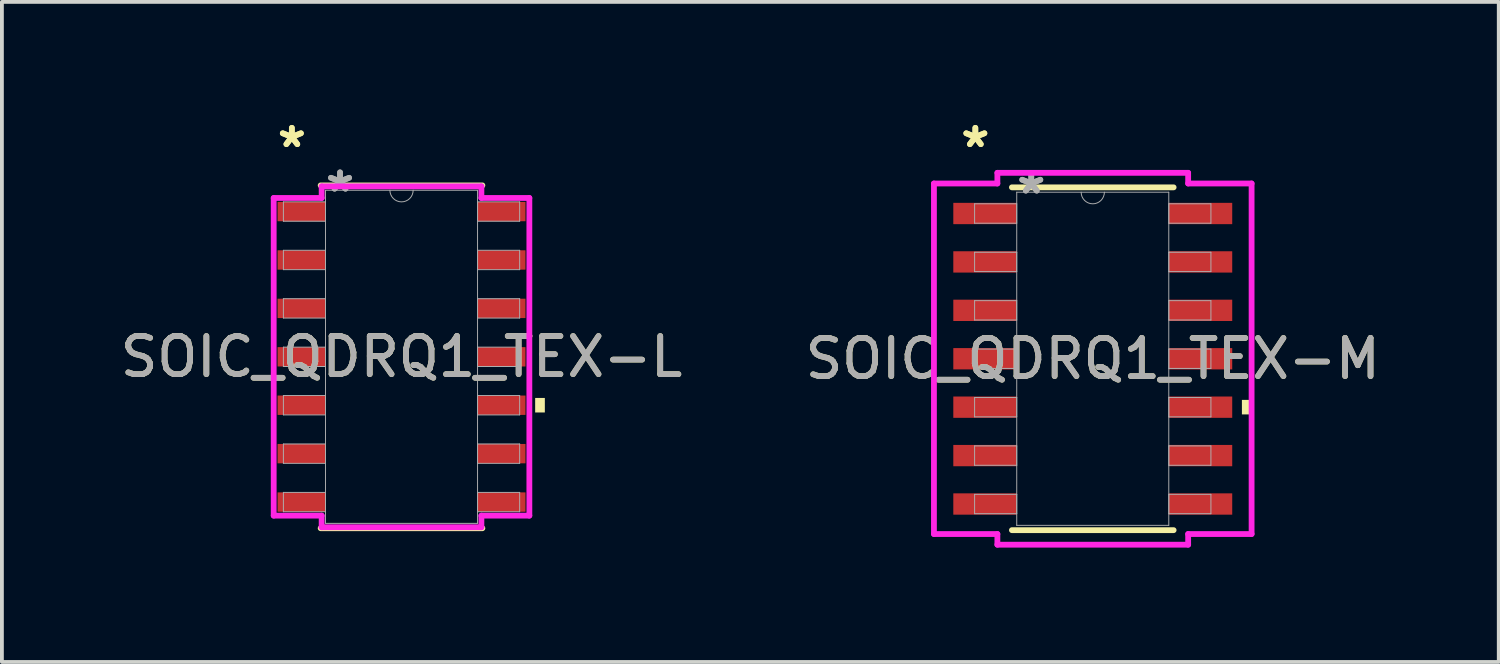
<source format=kicad_pcb>
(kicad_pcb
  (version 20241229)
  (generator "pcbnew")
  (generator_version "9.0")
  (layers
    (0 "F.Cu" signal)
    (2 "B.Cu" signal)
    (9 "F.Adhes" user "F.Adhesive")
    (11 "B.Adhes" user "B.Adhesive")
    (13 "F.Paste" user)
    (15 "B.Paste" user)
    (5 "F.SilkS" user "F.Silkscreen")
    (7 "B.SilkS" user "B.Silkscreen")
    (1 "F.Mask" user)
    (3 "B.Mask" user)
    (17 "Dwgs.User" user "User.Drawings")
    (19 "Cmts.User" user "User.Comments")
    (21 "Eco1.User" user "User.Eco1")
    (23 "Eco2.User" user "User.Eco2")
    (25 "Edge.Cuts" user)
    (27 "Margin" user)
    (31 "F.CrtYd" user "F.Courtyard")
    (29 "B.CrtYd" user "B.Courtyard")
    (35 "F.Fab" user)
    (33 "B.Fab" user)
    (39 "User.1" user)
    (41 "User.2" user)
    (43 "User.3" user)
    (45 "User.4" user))
  (footprint "SOIC_QDRQ1_TEX-L"
    (layer "F.Cu")
    (at 7.482 6.309)
    (property "Reference" "SOIC_QDRQ1_TEX-L" (at 0 0 0) (unlocked yes) (layer "F.SilkS") (effects (font (size 1 1) (thickness 0.15))))
    (attr smd)
    (fp_line (start -2.121 4.496) (end 2.121 4.496) (stroke (width 0.152) (type solid)) (layer "F.SilkS"))
    (fp_line (start 2.121 -4.496) (end -2.121 -4.496) (stroke (width 0.152) (type solid)) (layer "F.SilkS"))
    (fp_poly (pts (xy 3.759 1.079) (xy 3.759 1.46) (xy 3.505 1.46) (xy 3.505 1.079)) (stroke (width 0) (type solid)) (fill yes) (layer "F.SilkS"))
    (fp_line (start -3.353 -4.166) (end -2.095 -4.166) (stroke (width 0.152) (type solid)) (layer "F.CrtYd"))
    (fp_line (start -3.353 4.166) (end -3.353 -4.166) (stroke (width 0.152) (type solid)) (layer "F.CrtYd"))
    (fp_line (start -3.353 4.166) (end -2.095 4.166) (stroke (width 0.152) (type solid)) (layer "F.CrtYd"))
    (fp_line (start -2.095 -4.47) (end 2.095 -4.47) (stroke (width 0.152) (type solid)) (layer "F.CrtYd"))
    (fp_line (start -2.095 -4.166) (end -2.095 -4.47) (stroke (width 0.152) (type solid)) (layer "F.CrtYd"))
    (fp_line (start -2.095 4.47) (end -2.095 4.166) (stroke (width 0.152) (type solid)) (layer "F.CrtYd"))
    (fp_line (start 2.095 -4.47) (end 2.095 -4.166) (stroke (width 0.152) (type solid)) (layer "F.CrtYd"))
    (fp_line (start 2.095 4.166) (end 2.095 4.47) (stroke (width 0.152) (type solid)) (layer "F.CrtYd"))
    (fp_line (start 2.095 4.47) (end -2.095 4.47) (stroke (width 0.152) (type solid)) (layer "F.CrtYd"))
    (fp_line (start 3.353 -4.166) (end 2.095 -4.166) (stroke (width 0.152) (type solid)) (layer "F.CrtYd"))
    (fp_line (start 3.353 -4.166) (end 3.353 4.166) (stroke (width 0.152) (type solid)) (layer "F.CrtYd"))
    (fp_line (start 3.353 4.166) (end 2.095 4.166) (stroke (width 0.152) (type solid)) (layer "F.CrtYd"))
    (fp_line (start -3.099 -4.064) (end -3.099 -3.556) (stroke (width 0.025) (type solid)) (layer "F.Fab"))
    (fp_line (start -3.099 -3.556) (end -1.994 -3.556) (stroke (width 0.025) (type solid)) (layer "F.Fab"))
    (fp_line (start -3.099 -2.794) (end -3.099 -2.286) (stroke (width 0.025) (type solid)) (layer "F.Fab"))
    (fp_line (start -3.099 -2.286) (end -1.994 -2.286) (stroke (width 0.025) (type solid)) (layer "F.Fab"))
    (fp_line (start -3.099 -1.524) (end -3.099 -1.016) (stroke (width 0.025) (type solid)) (layer "F.Fab"))
    (fp_line (start -3.099 -1.016) (end -1.994 -1.016) (stroke (width 0.025) (type solid)) (layer "F.Fab"))
    (fp_line (start -3.099 -0.254) (end -3.099 0.254) (stroke (width 0.025) (type solid)) (layer "F.Fab"))
    (fp_line (start -3.099 0.254) (end -1.994 0.254) (stroke (width 0.025) (type solid)) (layer "F.Fab"))
    (fp_line (start -3.099 1.016) (end -3.099 1.524) (stroke (width 0.025) (type solid)) (layer "F.Fab"))
    (fp_line (start -3.099 1.524) (end -1.994 1.524) (stroke (width 0.025) (type solid)) (layer "F.Fab"))
    (fp_line (start -3.099 2.286) (end -3.099 2.794) (stroke (width 0.025) (type solid)) (layer "F.Fab"))
    (fp_line (start -3.099 2.794) (end -1.994 2.794) (stroke (width 0.025) (type solid)) (layer "F.Fab"))
    (fp_line (start -3.099 3.556) (end -3.099 4.064) (stroke (width 0.025) (type solid)) (layer "F.Fab"))
    (fp_line (start -3.099 4.064) (end -1.994 4.064) (stroke (width 0.025) (type solid)) (layer "F.Fab"))
    (fp_line (start -1.994 -4.369) (end -1.994 4.369) (stroke (width 0.025) (type solid)) (layer "F.Fab"))
    (fp_line (start -1.994 -4.064) (end -3.099 -4.064) (stroke (width 0.025) (type solid)) (layer "F.Fab"))
    (fp_line (start -1.994 -3.556) (end -1.994 -4.064) (stroke (width 0.025) (type solid)) (layer "F.Fab"))
    (fp_line (start -1.994 -2.794) (end -3.099 -2.794) (stroke (width 0.025) (type solid)) (layer "F.Fab"))
    (fp_line (start -1.994 -2.286) (end -1.994 -2.794) (stroke (width 0.025) (type solid)) (layer "F.Fab"))
    (fp_line (start -1.994 -1.524) (end -3.099 -1.524) (stroke (width 0.025) (type solid)) (layer "F.Fab"))
    (fp_line (start -1.994 -1.016) (end -1.994 -1.524) (stroke (width 0.025) (type solid)) (layer "F.Fab"))
    (fp_line (start -1.994 -0.254) (end -3.099 -0.254) (stroke (width 0.025) (type solid)) (layer "F.Fab"))
    (fp_line (start -1.994 0.254) (end -1.994 -0.254) (stroke (width 0.025) (type solid)) (layer "F.Fab"))
    (fp_line (start -1.994 1.016) (end -3.099 1.016) (stroke (width 0.025) (type solid)) (layer "F.Fab"))
    (fp_line (start -1.994 1.524) (end -1.994 1.016) (stroke (width 0.025) (type solid)) (layer "F.Fab"))
    (fp_line (start -1.994 2.286) (end -3.099 2.286) (stroke (width 0.025) (type solid)) (layer "F.Fab"))
    (fp_line (start -1.994 2.794) (end -1.994 2.286) (stroke (width 0.025) (type solid)) (layer "F.Fab"))
    (fp_line (start -1.994 3.556) (end -3.099 3.556) (stroke (width 0.025) (type solid)) (layer "F.Fab"))
    (fp_line (start -1.994 4.064) (end -1.994 3.556) (stroke (width 0.025) (type solid)) (layer "F.Fab"))
    (fp_line (start -1.994 4.369) (end 1.994 4.369) (stroke (width 0.025) (type solid)) (layer "F.Fab"))
    (fp_line (start 1.994 -4.369) (end -1.994 -4.369) (stroke (width 0.025) (type solid)) (layer "F.Fab"))
    (fp_line (start 1.994 -4.064) (end 1.994 -3.556) (stroke (width 0.025) (type solid)) (layer "F.Fab"))
    (fp_line (start 1.994 -3.556) (end 3.099 -3.556) (stroke (width 0.025) (type solid)) (layer "F.Fab"))
    (fp_line (start 1.994 -2.794) (end 1.994 -2.286) (stroke (width 0.025) (type solid)) (layer "F.Fab"))
    (fp_line (start 1.994 -2.286) (end 3.099 -2.286) (stroke (width 0.025) (type solid)) (layer "F.Fab"))
    (fp_line (start 1.994 -1.524) (end 1.994 -1.016) (stroke (width 0.025) (type solid)) (layer "F.Fab"))
    (fp_line (start 1.994 -1.016) (end 3.099 -1.016) (stroke (width 0.025) (type solid)) (layer "F.Fab"))
    (fp_line (start 1.994 -0.254) (end 1.994 0.254) (stroke (width 0.025) (type solid)) (layer "F.Fab"))
    (fp_line (start 1.994 0.254) (end 3.099 0.254) (stroke (width 0.025) (type solid)) (layer "F.Fab"))
    (fp_line (start 1.994 1.016) (end 1.994 1.524) (stroke (width 0.025) (type solid)) (layer "F.Fab"))
    (fp_line (start 1.994 1.524) (end 3.099 1.524) (stroke (width 0.025) (type solid)) (layer "F.Fab"))
    (fp_line (start 1.994 2.286) (end 1.994 2.794) (stroke (width 0.025) (type solid)) (layer "F.Fab"))
    (fp_line (start 1.994 2.794) (end 3.099 2.794) (stroke (width 0.025) (type solid)) (layer "F.Fab"))
    (fp_line (start 1.994 3.556) (end 1.994 4.064) (stroke (width 0.025) (type solid)) (layer "F.Fab"))
    (fp_line (start 1.994 4.064) (end 3.099 4.064) (stroke (width 0.025) (type solid)) (layer "F.Fab"))
    (fp_line (start 1.994 4.369) (end 1.994 -4.369) (stroke (width 0.025) (type solid)) (layer "F.Fab"))
    (fp_line (start 3.099 -4.064) (end 1.994 -4.064) (stroke (width 0.025) (type solid)) (layer "F.Fab"))
    (fp_line (start 3.099 -3.556) (end 3.099 -4.064) (stroke (width 0.025) (type solid)) (layer "F.Fab"))
    (fp_line (start 3.099 -2.794) (end 1.994 -2.794) (stroke (width 0.025) (type solid)) (layer "F.Fab"))
    (fp_line (start 3.099 -2.286) (end 3.099 -2.794) (stroke (width 0.025) (type solid)) (layer "F.Fab"))
    (fp_line (start 3.099 -1.524) (end 1.994 -1.524) (stroke (width 0.025) (type solid)) (layer "F.Fab"))
    (fp_line (start 3.099 -1.016) (end 3.099 -1.524) (stroke (width 0.025) (type solid)) (layer "F.Fab"))
    (fp_line (start 3.099 -0.254) (end 1.994 -0.254) (stroke (width 0.025) (type solid)) (layer "F.Fab"))
    (fp_line (start 3.099 0.254) (end 3.099 -0.254) (stroke (width 0.025) (type solid)) (layer "F.Fab"))
    (fp_line (start 3.099 1.016) (end 1.994 1.016) (stroke (width 0.025) (type solid)) (layer "F.Fab"))
    (fp_line (start 3.099 1.524) (end 3.099 1.016) (stroke (width 0.025) (type solid)) (layer "F.Fab"))
    (fp_line (start 3.099 2.286) (end 1.994 2.286) (stroke (width 0.025) (type solid)) (layer "F.Fab"))
    (fp_line (start 3.099 2.794) (end 3.099 2.286) (stroke (width 0.025) (type solid)) (layer "F.Fab"))
    (fp_line (start 3.099 3.556) (end 1.994 3.556) (stroke (width 0.025) (type solid)) (layer "F.Fab"))
    (fp_line (start 3.099 4.064) (end 3.099 3.556) (stroke (width 0.025) (type solid)) (layer "F.Fab"))
    (fp_arc (start 0.3048 -4.3688) (mid 0 -4.064) (end -0.3048 -4.3688) (stroke (width 0.0254) (type solid)) (layer "F.Fab"))
    (fp_text user "*" (at -2.877 -5.461 0) (layer "F.SilkS") (effects (font (size 1 1) (thickness 0.15))))
    (fp_text user "*" (at -2.877 -5.461 0) (unlocked yes) (layer "F.SilkS") (effects (font (size 1 1) (thickness 0.15))))
    (fp_text user "*" (at -1.613 -4.293 0) (unlocked yes) (layer "F.Fab") (effects (font (size 1 1) (thickness 0.15))))
    (fp_text user "${REFERENCE}" (at 0 0 0) (unlocked yes) (layer "F.Fab") (effects (font (size 1 1) (thickness 0.15))))
    (fp_text user "*" (at -1.613 -4.293 0) (layer "F.Fab") (effects (font (size 1 1) (thickness 0.15))))
    (pad "1" smd rect (at -2.623 -3.81) (size 1.257 0.508) (layers "F.Cu" "F.Mask" "F.Paste"))
    (pad "2" smd rect (at -2.623 -2.54) (size 1.257 0.508) (layers "F.Cu" "F.Mask" "F.Paste"))
    (pad "3" smd rect (at -2.623 -1.27) (size 1.257 0.508) (layers "F.Cu" "F.Mask" "F.Paste"))
    (pad "4" smd rect (at -2.623 0) (size 1.257 0.508) (layers "F.Cu" "F.Mask" "F.Paste"))
    (pad "5" smd rect (at -2.623 1.27) (size 1.257 0.508) (layers "F.Cu" "F.Mask" "F.Paste"))
    (pad "6" smd rect (at -2.623 2.54) (size 1.257 0.508) (layers "F.Cu" "F.Mask" "F.Paste"))
    (pad "7" smd rect (at -2.623 3.81) (size 1.257 0.508) (layers "F.Cu" "F.Mask" "F.Paste"))
    (pad "8" smd rect (at 2.623 3.81) (size 1.257 0.508) (layers "F.Cu" "F.Mask" "F.Paste"))
    (pad "9" smd rect (at 2.623 2.54) (size 1.257 0.508) (layers "F.Cu" "F.Mask" "F.Paste"))
    (pad "10" smd rect (at 2.623 1.27) (size 1.257 0.508) (layers "F.Cu" "F.Mask" "F.Paste"))
    (pad "11" smd rect (at 2.623 0) (size 1.257 0.508) (layers "F.Cu" "F.Mask" "F.Paste"))
    (pad "12" smd rect (at 2.623 -1.27) (size 1.257 0.508) (layers "F.Cu" "F.Mask" "F.Paste"))
    (pad "13" smd rect (at 2.623 -2.54) (size 1.257 0.508) (layers "F.Cu" "F.Mask" "F.Paste"))
    (pad "14" smd rect (at 2.623 -3.81) (size 1.257 0.508) (layers "F.Cu" "F.Mask" "F.Paste")))
  (footprint "SOIC_QDRQ1_TEX-M"
    (layer "F.Cu")
    (at 25.613 6.36)
    (property "Reference" "SOIC_QDRQ1_TEX-M" (at 0 0 0) (unlocked yes) (layer "F.SilkS") (effects (font (size 1 1) (thickness 0.15))))
    (attr smd)
    (fp_line (start -2.121 4.496) (end 2.121 4.496) (stroke (width 0.152) (type solid)) (layer "F.SilkS"))
    (fp_line (start 2.121 -4.496) (end -2.121 -4.496) (stroke (width 0.152) (type solid)) (layer "F.SilkS"))
    (fp_poly (pts (xy 4.166 1.079) (xy 4.166 1.46) (xy 3.912 1.46) (xy 3.912 1.079)) (stroke (width 0) (type solid)) (fill yes) (layer "F.SilkS"))
    (fp_line (start -4.166 -4.597) (end -2.502 -4.597) (stroke (width 0.152) (type solid)) (layer "F.CrtYd"))
    (fp_line (start -4.166 4.597) (end -4.166 -4.597) (stroke (width 0.152) (type solid)) (layer "F.CrtYd"))
    (fp_line (start -4.166 4.597) (end -2.502 4.597) (stroke (width 0.152) (type solid)) (layer "F.CrtYd"))
    (fp_line (start -2.502 -4.877) (end 2.502 -4.877) (stroke (width 0.152) (type solid)) (layer "F.CrtYd"))
    (fp_line (start -2.502 -4.597) (end -2.502 -4.877) (stroke (width 0.152) (type solid)) (layer "F.CrtYd"))
    (fp_line (start -2.502 4.877) (end -2.502 4.597) (stroke (width 0.152) (type solid)) (layer "F.CrtYd"))
    (fp_line (start 2.502 -4.877) (end 2.502 -4.597) (stroke (width 0.152) (type solid)) (layer "F.CrtYd"))
    (fp_line (start 2.502 4.597) (end 2.502 4.877) (stroke (width 0.152) (type solid)) (layer "F.CrtYd"))
    (fp_line (start 2.502 4.877) (end -2.502 4.877) (stroke (width 0.152) (type solid)) (layer "F.CrtYd"))
    (fp_line (start 4.166 -4.597) (end 2.502 -4.597) (stroke (width 0.152) (type solid)) (layer "F.CrtYd"))
    (fp_line (start 4.166 -4.597) (end 4.166 4.597) (stroke (width 0.152) (type solid)) (layer "F.CrtYd"))
    (fp_line (start 4.166 4.597) (end 2.502 4.597) (stroke (width 0.152) (type solid)) (layer "F.CrtYd"))
    (fp_line (start -3.099 -4.064) (end -3.099 -3.556) (stroke (width 0.025) (type solid)) (layer "F.Fab"))
    (fp_line (start -3.099 -3.556) (end -1.994 -3.556) (stroke (width 0.025) (type solid)) (layer "F.Fab"))
    (fp_line (start -3.099 -2.794) (end -3.099 -2.286) (stroke (width 0.025) (type solid)) (layer "F.Fab"))
    (fp_line (start -3.099 -2.286) (end -1.994 -2.286) (stroke (width 0.025) (type solid)) (layer "F.Fab"))
    (fp_line (start -3.099 -1.524) (end -3.099 -1.016) (stroke (width 0.025) (type solid)) (layer "F.Fab"))
    (fp_line (start -3.099 -1.016) (end -1.994 -1.016) (stroke (width 0.025) (type solid)) (layer "F.Fab"))
    (fp_line (start -3.099 -0.254) (end -3.099 0.254) (stroke (width 0.025) (type solid)) (layer "F.Fab"))
    (fp_line (start -3.099 0.254) (end -1.994 0.254) (stroke (width 0.025) (type solid)) (layer "F.Fab"))
    (fp_line (start -3.099 1.016) (end -3.099 1.524) (stroke (width 0.025) (type solid)) (layer "F.Fab"))
    (fp_line (start -3.099 1.524) (end -1.994 1.524) (stroke (width 0.025) (type solid)) (layer "F.Fab"))
    (fp_line (start -3.099 2.286) (end -3.099 2.794) (stroke (width 0.025) (type solid)) (layer "F.Fab"))
    (fp_line (start -3.099 2.794) (end -1.994 2.794) (stroke (width 0.025) (type solid)) (layer "F.Fab"))
    (fp_line (start -3.099 3.556) (end -3.099 4.064) (stroke (width 0.025) (type solid)) (layer "F.Fab"))
    (fp_line (start -3.099 4.064) (end -1.994 4.064) (stroke (width 0.025) (type solid)) (layer "F.Fab"))
    (fp_line (start -1.994 -4.369) (end -1.994 4.369) (stroke (width 0.025) (type solid)) (layer "F.Fab"))
    (fp_line (start -1.994 -4.064) (end -3.099 -4.064) (stroke (width 0.025) (type solid)) (layer "F.Fab"))
    (fp_line (start -1.994 -3.556) (end -1.994 -4.064) (stroke (width 0.025) (type solid)) (layer "F.Fab"))
    (fp_line (start -1.994 -2.794) (end -3.099 -2.794) (stroke (width 0.025) (type solid)) (layer "F.Fab"))
    (fp_line (start -1.994 -2.286) (end -1.994 -2.794) (stroke (width 0.025) (type solid)) (layer "F.Fab"))
    (fp_line (start -1.994 -1.524) (end -3.099 -1.524) (stroke (width 0.025) (type solid)) (layer "F.Fab"))
    (fp_line (start -1.994 -1.016) (end -1.994 -1.524) (stroke (width 0.025) (type solid)) (layer "F.Fab"))
    (fp_line (start -1.994 -0.254) (end -3.099 -0.254) (stroke (width 0.025) (type solid)) (layer "F.Fab"))
    (fp_line (start -1.994 0.254) (end -1.994 -0.254) (stroke (width 0.025) (type solid)) (layer "F.Fab"))
    (fp_line (start -1.994 1.016) (end -3.099 1.016) (stroke (width 0.025) (type solid)) (layer "F.Fab"))
    (fp_line (start -1.994 1.524) (end -1.994 1.016) (stroke (width 0.025) (type solid)) (layer "F.Fab"))
    (fp_line (start -1.994 2.286) (end -3.099 2.286) (stroke (width 0.025) (type solid)) (layer "F.Fab"))
    (fp_line (start -1.994 2.794) (end -1.994 2.286) (stroke (width 0.025) (type solid)) (layer "F.Fab"))
    (fp_line (start -1.994 3.556) (end -3.099 3.556) (stroke (width 0.025) (type solid)) (layer "F.Fab"))
    (fp_line (start -1.994 4.064) (end -1.994 3.556) (stroke (width 0.025) (type solid)) (layer "F.Fab"))
    (fp_line (start -1.994 4.369) (end 1.994 4.369) (stroke (width 0.025) (type solid)) (layer "F.Fab"))
    (fp_line (start 1.994 -4.369) (end -1.994 -4.369) (stroke (width 0.025) (type solid)) (layer "F.Fab"))
    (fp_line (start 1.994 -4.064) (end 1.994 -3.556) (stroke (width 0.025) (type solid)) (layer "F.Fab"))
    (fp_line (start 1.994 -3.556) (end 3.099 -3.556) (stroke (width 0.025) (type solid)) (layer "F.Fab"))
    (fp_line (start 1.994 -2.794) (end 1.994 -2.286) (stroke (width 0.025) (type solid)) (layer "F.Fab"))
    (fp_line (start 1.994 -2.286) (end 3.099 -2.286) (stroke (width 0.025) (type solid)) (layer "F.Fab"))
    (fp_line (start 1.994 -1.524) (end 1.994 -1.016) (stroke (width 0.025) (type solid)) (layer "F.Fab"))
    (fp_line (start 1.994 -1.016) (end 3.099 -1.016) (stroke (width 0.025) (type solid)) (layer "F.Fab"))
    (fp_line (start 1.994 -0.254) (end 1.994 0.254) (stroke (width 0.025) (type solid)) (layer "F.Fab"))
    (fp_line (start 1.994 0.254) (end 3.099 0.254) (stroke (width 0.025) (type solid)) (layer "F.Fab"))
    (fp_line (start 1.994 1.016) (end 1.994 1.524) (stroke (width 0.025) (type solid)) (layer "F.Fab"))
    (fp_line (start 1.994 1.524) (end 3.099 1.524) (stroke (width 0.025) (type solid)) (layer "F.Fab"))
    (fp_line (start 1.994 2.286) (end 1.994 2.794) (stroke (width 0.025) (type solid)) (layer "F.Fab"))
    (fp_line (start 1.994 2.794) (end 3.099 2.794) (stroke (width 0.025) (type solid)) (layer "F.Fab"))
    (fp_line (start 1.994 3.556) (end 1.994 4.064) (stroke (width 0.025) (type solid)) (layer "F.Fab"))
    (fp_line (start 1.994 4.064) (end 3.099 4.064) (stroke (width 0.025) (type solid)) (layer "F.Fab"))
    (fp_line (start 1.994 4.369) (end 1.994 -4.369) (stroke (width 0.025) (type solid)) (layer "F.Fab"))
    (fp_line (start 3.099 -4.064) (end 1.994 -4.064) (stroke (width 0.025) (type solid)) (layer "F.Fab"))
    (fp_line (start 3.099 -3.556) (end 3.099 -4.064) (stroke (width 0.025) (type solid)) (layer "F.Fab"))
    (fp_line (start 3.099 -2.794) (end 1.994 -2.794) (stroke (width 0.025) (type solid)) (layer "F.Fab"))
    (fp_line (start 3.099 -2.286) (end 3.099 -2.794) (stroke (width 0.025) (type solid)) (layer "F.Fab"))
    (fp_line (start 3.099 -1.524) (end 1.994 -1.524) (stroke (width 0.025) (type solid)) (layer "F.Fab"))
    (fp_line (start 3.099 -1.016) (end 3.099 -1.524) (stroke (width 0.025) (type solid)) (layer "F.Fab"))
    (fp_line (start 3.099 -0.254) (end 1.994 -0.254) (stroke (width 0.025) (type solid)) (layer "F.Fab"))
    (fp_line (start 3.099 0.254) (end 3.099 -0.254) (stroke (width 0.025) (type solid)) (layer "F.Fab"))
    (fp_line (start 3.099 1.016) (end 1.994 1.016) (stroke (width 0.025) (type solid)) (layer "F.Fab"))
    (fp_line (start 3.099 1.524) (end 3.099 1.016) (stroke (width 0.025) (type solid)) (layer "F.Fab"))
    (fp_line (start 3.099 2.286) (end 1.994 2.286) (stroke (width 0.025) (type solid)) (layer "F.Fab"))
    (fp_line (start 3.099 2.794) (end 3.099 2.286) (stroke (width 0.025) (type solid)) (layer "F.Fab"))
    (fp_line (start 3.099 3.556) (end 1.994 3.556) (stroke (width 0.025) (type solid)) (layer "F.Fab"))
    (fp_line (start 3.099 4.064) (end 3.099 3.556) (stroke (width 0.025) (type solid)) (layer "F.Fab"))
    (fp_arc (start 0.3048 -4.3688) (mid 0 -4.064) (end -0.3048 -4.3688) (stroke (width 0.0254) (type solid)) (layer "F.Fab"))
    (fp_text user "*" (at -3.08 -5.512 0) (layer "F.SilkS") (effects (font (size 1 1) (thickness 0.15))))
    (fp_text user "*" (at -3.08 -5.512 0) (unlocked yes) (layer "F.SilkS") (effects (font (size 1 1) (thickness 0.15))))
    (fp_text user "*" (at -1.613 -4.293 0) (layer "F.Fab") (effects (font (size 1 1) (thickness 0.15))))
    (fp_text user "*" (at -1.613 -4.293 0) (unlocked yes) (layer "F.Fab") (effects (font (size 1 1) (thickness 0.15))))
    (fp_text user "${REFERENCE}" (at 0 0 0) (unlocked yes) (layer "F.Fab") (effects (font (size 1 1) (thickness 0.15))))
    (pad "1" smd rect (at -2.826 -3.81) (size 1.664 0.559) (layers "F.Cu" "F.Mask" "F.Paste"))
    (pad "2" smd rect (at -2.826 -2.54) (size 1.664 0.559) (layers "F.Cu" "F.Mask" "F.Paste"))
    (pad "3" smd rect (at -2.826 -1.27) (size 1.664 0.559) (layers "F.Cu" "F.Mask" "F.Paste"))
    (pad "4" smd rect (at -2.826 0) (size 1.664 0.559) (layers "F.Cu" "F.Mask" "F.Paste"))
    (pad "5" smd rect (at -2.826 1.27) (size 1.664 0.559) (layers "F.Cu" "F.Mask" "F.Paste"))
    (pad "6" smd rect (at -2.826 2.54) (size 1.664 0.559) (layers "F.Cu" "F.Mask" "F.Paste"))
    (pad "7" smd rect (at -2.826 3.81) (size 1.664 0.559) (layers "F.Cu" "F.Mask" "F.Paste"))
    (pad "8" smd rect (at 2.826 3.81) (size 1.664 0.559) (layers "F.Cu" "F.Mask" "F.Paste"))
    (pad "9" smd rect (at 2.826 2.54) (size 1.664 0.559) (layers "F.Cu" "F.Mask" "F.Paste"))
    (pad "10" smd rect (at 2.826 1.27) (size 1.664 0.559) (layers "F.Cu" "F.Mask" "F.Paste"))
    (pad "11" smd rect (at 2.826 0) (size 1.664 0.559) (layers "F.Cu" "F.Mask" "F.Paste"))
    (pad "12" smd rect (at 2.826 -1.27) (size 1.664 0.559) (layers "F.Cu" "F.Mask" "F.Paste"))
    (pad "13" smd rect (at 2.826 -2.54) (size 1.664 0.559) (layers "F.Cu" "F.Mask" "F.Paste"))
    (pad "14" smd rect (at 2.826 -3.81) (size 1.664 0.559) (layers "F.Cu" "F.Mask" "F.Paste")))
  (gr_rect
    (start -3 -3)
    (end 36.262 14.313)
    (stroke (width 0.1) (type default))
    (fill no)
    (layer "Edge.Cuts")))
</source>
